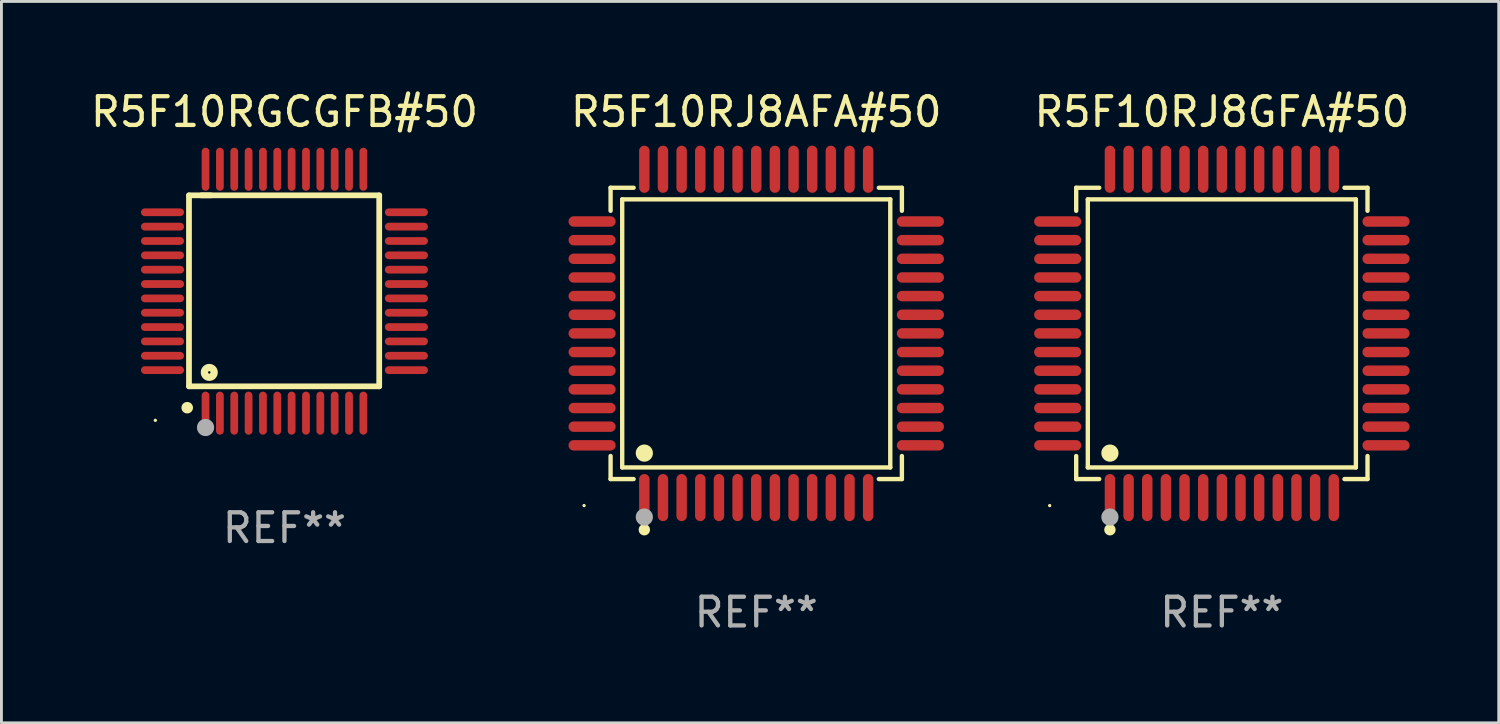
<source format=kicad_pcb>
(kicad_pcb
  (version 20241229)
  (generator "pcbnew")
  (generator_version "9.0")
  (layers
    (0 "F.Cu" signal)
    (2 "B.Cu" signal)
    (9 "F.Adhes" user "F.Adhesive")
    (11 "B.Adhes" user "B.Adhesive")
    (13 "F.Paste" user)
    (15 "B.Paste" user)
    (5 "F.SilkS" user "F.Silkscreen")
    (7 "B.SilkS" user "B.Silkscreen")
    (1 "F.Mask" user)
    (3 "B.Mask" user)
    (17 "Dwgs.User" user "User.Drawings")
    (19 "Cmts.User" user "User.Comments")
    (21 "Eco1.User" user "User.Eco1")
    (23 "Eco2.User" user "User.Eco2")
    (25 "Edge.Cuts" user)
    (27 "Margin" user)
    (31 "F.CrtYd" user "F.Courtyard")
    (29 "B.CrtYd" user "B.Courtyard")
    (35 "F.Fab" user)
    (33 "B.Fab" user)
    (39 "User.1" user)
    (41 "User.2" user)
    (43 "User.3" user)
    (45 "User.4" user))
  (footprint "R5F10RJ8GFA#50"
    (layer "F.Cu")
    (at 39.53 8.569)
    (property "Reference" "R5F10RJ8GFA#50" (at 0 -7.721 0) (layer "F.SilkS") (effects (font (size 1 1) (thickness 0.15))))
    (attr through_hole)
    (fp_line (start -5.076 -5.076) (end -4.273 -5.076) (stroke (width 0.152) (type solid)) (layer "F.SilkS"))
    (fp_line (start -5.076 -4.273) (end -5.076 -5.076) (stroke (width 0.152) (type solid)) (layer "F.SilkS"))
    (fp_line (start -5.076 4.273) (end -5.076 5.076) (stroke (width 0.152) (type solid)) (layer "F.SilkS"))
    (fp_line (start -5.076 5.076) (end -4.273 5.076) (stroke (width 0.152) (type solid)) (layer "F.SilkS"))
    (fp_line (start -4.671 -4.671) (end 4.671 -4.671) (stroke (width 0.152) (type solid)) (layer "F.SilkS"))
    (fp_line (start -4.671 4.671) (end -4.671 -4.671) (stroke (width 0.152) (type solid)) (layer "F.SilkS"))
    (fp_line (start 4.671 -4.671) (end 4.671 4.671) (stroke (width 0.152) (type solid)) (layer "F.SilkS"))
    (fp_line (start 4.671 4.671) (end -4.671 4.671) (stroke (width 0.152) (type solid)) (layer "F.SilkS"))
    (fp_line (start 5.076 -5.076) (end 4.273 -5.076) (stroke (width 0.152) (type solid)) (layer "F.SilkS"))
    (fp_line (start 5.076 -4.273) (end 5.076 -5.076) (stroke (width 0.152) (type solid)) (layer "F.SilkS"))
    (fp_line (start 5.076 4.273) (end 5.076 5.076) (stroke (width 0.152) (type solid)) (layer "F.SilkS"))
    (fp_line (start 5.076 5.076) (end 4.273 5.076) (stroke (width 0.152) (type solid)) (layer "F.SilkS"))
    (fp_circle (center -6 6) (end -5.97 6) (stroke (width 0.06) (type solid)) (fill no) (layer "F.SilkS"))
    (fp_circle (center -3.9 4.171) (end -3.75 4.171) (stroke (width 0.3) (type solid)) (fill no) (layer "F.SilkS"))
    (fp_circle (center -3.9 6.842) (end -3.8 6.842) (stroke (width 0.2) (type solid)) (fill no) (layer "F.SilkS"))
    (fp_circle (center -3.9 6.4) (end -3.75 6.4) (stroke (width 0.3) (type solid)) (fill no) (layer "F.Fab"))
    (fp_text user "REF**" (at 0 9.721 0) (layer "F.Fab") (effects (font (size 1 1) (thickness 0.15))))
    (pad "1" smd oval (at -3.9 5.721) (size 0.364 1.642) (layers "F.Cu" "F.Mask" "F.Paste"))
    (pad "2" smd oval (at -3.25 5.721) (size 0.364 1.642) (layers "F.Cu" "F.Mask" "F.Paste"))
    (pad "3" smd oval (at -2.6 5.721) (size 0.364 1.642) (layers "F.Cu" "F.Mask" "F.Paste"))
    (pad "4" smd oval (at -1.95 5.721) (size 0.364 1.642) (layers "F.Cu" "F.Mask" "F.Paste"))
    (pad "5" smd oval (at -1.3 5.721) (size 0.364 1.642) (layers "F.Cu" "F.Mask" "F.Paste"))
    (pad "6" smd oval (at -0.65 5.721) (size 0.364 1.642) (layers "F.Cu" "F.Mask" "F.Paste"))
    (pad "7" smd oval (at 0 5.721) (size 0.364 1.642) (layers "F.Cu" "F.Mask" "F.Paste"))
    (pad "8" smd oval (at 0.65 5.721) (size 0.364 1.642) (layers "F.Cu" "F.Mask" "F.Paste"))
    (pad "9" smd oval (at 1.3 5.721) (size 0.364 1.642) (layers "F.Cu" "F.Mask" "F.Paste"))
    (pad "10" smd oval (at 1.95 5.721) (size 0.364 1.642) (layers "F.Cu" "F.Mask" "F.Paste"))
    (pad "11" smd oval (at 2.6 5.721) (size 0.364 1.642) (layers "F.Cu" "F.Mask" "F.Paste"))
    (pad "12" smd oval (at 3.25 5.721) (size 0.364 1.642) (layers "F.Cu" "F.Mask" "F.Paste"))
    (pad "13" smd oval (at 3.9 5.721) (size 0.364 1.642) (layers "F.Cu" "F.Mask" "F.Paste"))
    (pad "14" smd oval (at 5.721 3.9) (size 1.642 0.364) (layers "F.Cu" "F.Mask" "F.Paste"))
    (pad "15" smd oval (at 5.721 3.25) (size 1.642 0.364) (layers "F.Cu" "F.Mask" "F.Paste"))
    (pad "16" smd oval (at 5.721 2.6) (size 1.642 0.364) (layers "F.Cu" "F.Mask" "F.Paste"))
    (pad "17" smd oval (at 5.721 1.95) (size 1.642 0.364) (layers "F.Cu" "F.Mask" "F.Paste"))
    (pad "18" smd oval (at 5.721 1.3) (size 1.642 0.364) (layers "F.Cu" "F.Mask" "F.Paste"))
    (pad "19" smd oval (at 5.721 0.65) (size 1.642 0.364) (layers "F.Cu" "F.Mask" "F.Paste"))
    (pad "20" smd oval (at 5.721 0) (size 1.642 0.364) (layers "F.Cu" "F.Mask" "F.Paste"))
    (pad "21" smd oval (at 5.721 -0.65) (size 1.642 0.364) (layers "F.Cu" "F.Mask" "F.Paste"))
    (pad "22" smd oval (at 5.721 -1.3) (size 1.642 0.364) (layers "F.Cu" "F.Mask" "F.Paste"))
    (pad "23" smd oval (at 5.721 -1.95) (size 1.642 0.364) (layers "F.Cu" "F.Mask" "F.Paste"))
    (pad "24" smd oval (at 5.721 -2.6) (size 1.642 0.364) (layers "F.Cu" "F.Mask" "F.Paste"))
    (pad "25" smd oval (at 5.721 -3.25) (size 1.642 0.364) (layers "F.Cu" "F.Mask" "F.Paste"))
    (pad "26" smd oval (at 5.721 -3.9) (size 1.642 0.364) (layers "F.Cu" "F.Mask" "F.Paste"))
    (pad "27" smd oval (at 3.9 -5.721) (size 0.364 1.642) (layers "F.Cu" "F.Mask" "F.Paste"))
    (pad "28" smd oval (at 3.25 -5.721) (size 0.364 1.642) (layers "F.Cu" "F.Mask" "F.Paste"))
    (pad "29" smd oval (at 2.6 -5.721) (size 0.364 1.642) (layers "F.Cu" "F.Mask" "F.Paste"))
    (pad "30" smd oval (at 1.95 -5.721) (size 0.364 1.642) (layers "F.Cu" "F.Mask" "F.Paste"))
    (pad "31" smd oval (at 1.3 -5.721) (size 0.364 1.642) (layers "F.Cu" "F.Mask" "F.Paste"))
    (pad "32" smd oval (at 0.65 -5.721) (size 0.364 1.642) (layers "F.Cu" "F.Mask" "F.Paste"))
    (pad "33" smd oval (at 0 -5.721) (size 0.364 1.642) (layers "F.Cu" "F.Mask" "F.Paste"))
    (pad "34" smd oval (at -0.65 -5.721) (size 0.364 1.642) (layers "F.Cu" "F.Mask" "F.Paste"))
    (pad "35" smd oval (at -1.3 -5.721) (size 0.364 1.642) (layers "F.Cu" "F.Mask" "F.Paste"))
    (pad "36" smd oval (at -1.95 -5.721) (size 0.364 1.642) (layers "F.Cu" "F.Mask" "F.Paste"))
    (pad "37" smd oval (at -2.6 -5.721) (size 0.364 1.642) (layers "F.Cu" "F.Mask" "F.Paste"))
    (pad "38" smd oval (at -3.25 -5.721) (size 0.364 1.642) (layers "F.Cu" "F.Mask" "F.Paste"))
    (pad "39" smd oval (at -3.9 -5.721) (size 0.364 1.642) (layers "F.Cu" "F.Mask" "F.Paste"))
    (pad "40" smd oval (at -5.721 -3.9) (size 1.642 0.364) (layers "F.Cu" "F.Mask" "F.Paste"))
    (pad "41" smd oval (at -5.721 -3.25) (size 1.642 0.364) (layers "F.Cu" "F.Mask" "F.Paste"))
    (pad "42" smd oval (at -5.721 -2.6) (size 1.642 0.364) (layers "F.Cu" "F.Mask" "F.Paste"))
    (pad "43" smd oval (at -5.721 -1.95) (size 1.642 0.364) (layers "F.Cu" "F.Mask" "F.Paste"))
    (pad "44" smd oval (at -5.721 -1.3) (size 1.642 0.364) (layers "F.Cu" "F.Mask" "F.Paste"))
    (pad "45" smd oval (at -5.721 -0.65) (size 1.642 0.364) (layers "F.Cu" "F.Mask" "F.Paste"))
    (pad "46" smd oval (at -5.721 0) (size 1.642 0.364) (layers "F.Cu" "F.Mask" "F.Paste"))
    (pad "47" smd oval (at -5.721 0.65) (size 1.642 0.364) (layers "F.Cu" "F.Mask" "F.Paste"))
    (pad "48" smd oval (at -5.721 1.3) (size 1.642 0.364) (layers "F.Cu" "F.Mask" "F.Paste"))
    (pad "49" smd oval (at -5.721 1.95) (size 1.642 0.364) (layers "F.Cu" "F.Mask" "F.Paste"))
    (pad "50" smd oval (at -5.721 2.6) (size 1.642 0.364) (layers "F.Cu" "F.Mask" "F.Paste"))
    (pad "51" smd oval (at -5.721 3.25) (size 1.642 0.364) (layers "F.Cu" "F.Mask" "F.Paste"))
    (pad "52" smd oval (at -5.721 3.9) (size 1.642 0.364) (layers "F.Cu" "F.Mask" "F.Paste")))
  (footprint "R5F10RGCGFB#50"
    (layer "F.Cu")
    (at 6.863 7.098)
    (property "Reference" "R5F10RGCGFB#50" (at 0 -6.25 0) (layer "F.SilkS") (effects (font (size 1 1) (thickness 0.15))))
    (attr through_hole)
    (fp_line (start -3.327 -3.34) (end -2.565 -3.34) (stroke (width 0.2) (type solid)) (layer "F.SilkS"))
    (fp_line (start -3.327 3.315) (end -3.327 -3.34) (stroke (width 0.2) (type solid)) (layer "F.SilkS"))
    (fp_line (start -2.896 -3.34) (end 3.302 -3.34) (stroke (width 0.2) (type solid)) (layer "F.SilkS"))
    (fp_line (start 3.302 -3.34) (end 3.302 3.315) (stroke (width 0.2) (type solid)) (layer "F.SilkS"))
    (fp_line (start 3.302 3.315) (end -3.327 3.315) (stroke (width 0.2) (type solid)) (layer "F.SilkS"))
    (fp_arc (start -3.389992 4.059995) (mid -3.388722 4.059991) (end -3.387452 4.059995) (stroke (width 0.4) (type solid)) (layer "F.SilkS"))
    (fp_circle (center -4.5 4.5) (end -4.47 4.5) (stroke (width 0.06) (type solid)) (fill no) (layer "F.SilkS"))
    (fp_circle (center -2.62 2.83) (end -2.45 2.83) (stroke (width 0.254) (type solid)) (fill no) (layer "F.SilkS"))
    (fp_circle (center -2.75 4.75) (end -2.6 4.75) (stroke (width 0.3) (type solid)) (fill no) (layer "F.Fab"))
    (fp_text user "REF**" (at 0 8.25 0) (layer "F.Fab") (effects (font (size 1 1) (thickness 0.15))))
    (pad "1" smd oval (at -2.75 4.25) (size 0.27 1.5) (layers "F.Cu" "F.Mask" "F.Paste"))
    (pad "2" smd oval (at -2.25 4.25) (size 0.27 1.5) (layers "F.Cu" "F.Mask" "F.Paste"))
    (pad "3" smd oval (at -1.75 4.25) (size 0.27 1.5) (layers "F.Cu" "F.Mask" "F.Paste"))
    (pad "4" smd oval (at -1.25 4.25) (size 0.27 1.5) (layers "F.Cu" "F.Mask" "F.Paste"))
    (pad "5" smd oval (at -0.75 4.25) (size 0.27 1.5) (layers "F.Cu" "F.Mask" "F.Paste"))
    (pad "6" smd oval (at -0.25 4.25) (size 0.27 1.5) (layers "F.Cu" "F.Mask" "F.Paste"))
    (pad "7" smd oval (at 0.25 4.25) (size 0.27 1.5) (layers "F.Cu" "F.Mask" "F.Paste"))
    (pad "8" smd oval (at 0.75 4.25) (size 0.27 1.5) (layers "F.Cu" "F.Mask" "F.Paste"))
    (pad "9" smd oval (at 1.25 4.25) (size 0.27 1.5) (layers "F.Cu" "F.Mask" "F.Paste"))
    (pad "10" smd oval (at 1.75 4.25) (size 0.27 1.5) (layers "F.Cu" "F.Mask" "F.Paste"))
    (pad "11" smd oval (at 2.25 4.25) (size 0.27 1.5) (layers "F.Cu" "F.Mask" "F.Paste"))
    (pad "12" smd oval (at 2.75 4.25) (size 0.27 1.5) (layers "F.Cu" "F.Mask" "F.Paste"))
    (pad "13" smd oval (at 4.25 2.75) (size 1.5 0.27) (layers "F.Cu" "F.Mask" "F.Paste"))
    (pad "14" smd oval (at 4.25 2.25) (size 1.5 0.27) (layers "F.Cu" "F.Mask" "F.Paste"))
    (pad "15" smd oval (at 4.25 1.75) (size 1.5 0.27) (layers "F.Cu" "F.Mask" "F.Paste"))
    (pad "16" smd oval (at 4.25 1.25) (size 1.5 0.27) (layers "F.Cu" "F.Mask" "F.Paste"))
    (pad "17" smd oval (at 4.25 0.75) (size 1.5 0.27) (layers "F.Cu" "F.Mask" "F.Paste"))
    (pad "18" smd oval (at 4.25 0.25) (size 1.5 0.27) (layers "F.Cu" "F.Mask" "F.Paste"))
    (pad "19" smd oval (at 4.25 -0.25) (size 1.5 0.27) (layers "F.Cu" "F.Mask" "F.Paste"))
    (pad "20" smd oval (at 4.25 -0.75) (size 1.5 0.27) (layers "F.Cu" "F.Mask" "F.Paste"))
    (pad "21" smd oval (at 4.25 -1.25) (size 1.5 0.27) (layers "F.Cu" "F.Mask" "F.Paste"))
    (pad "22" smd oval (at 4.25 -1.75) (size 1.5 0.27) (layers "F.Cu" "F.Mask" "F.Paste"))
    (pad "23" smd oval (at 4.25 -2.25) (size 1.5 0.27) (layers "F.Cu" "F.Mask" "F.Paste"))
    (pad "24" smd oval (at 4.25 -2.75) (size 1.5 0.27) (layers "F.Cu" "F.Mask" "F.Paste"))
    (pad "25" smd oval (at 2.75 -4.25) (size 0.27 1.5) (layers "F.Cu" "F.Mask" "F.Paste"))
    (pad "26" smd oval (at 2.25 -4.25) (size 0.27 1.5) (layers "F.Cu" "F.Mask" "F.Paste"))
    (pad "27" smd oval (at 1.75 -4.25) (size 0.27 1.5) (layers "F.Cu" "F.Mask" "F.Paste"))
    (pad "28" smd oval (at 1.25 -4.25) (size 0.27 1.5) (layers "F.Cu" "F.Mask" "F.Paste"))
    (pad "29" smd oval (at 0.75 -4.25) (size 0.27 1.5) (layers "F.Cu" "F.Mask" "F.Paste"))
    (pad "30" smd oval (at 0.25 -4.25) (size 0.27 1.5) (layers "F.Cu" "F.Mask" "F.Paste"))
    (pad "31" smd oval (at -0.25 -4.25) (size 0.27 1.5) (layers "F.Cu" "F.Mask" "F.Paste"))
    (pad "32" smd oval (at -0.75 -4.25) (size 0.27 1.5) (layers "F.Cu" "F.Mask" "F.Paste"))
    (pad "33" smd oval (at -1.25 -4.25) (size 0.27 1.5) (layers "F.Cu" "F.Mask" "F.Paste"))
    (pad "34" smd oval (at -1.75 -4.25) (size 0.27 1.5) (layers "F.Cu" "F.Mask" "F.Paste"))
    (pad "35" smd oval (at -2.25 -4.25) (size 0.27 1.5) (layers "F.Cu" "F.Mask" "F.Paste"))
    (pad "36" smd oval (at -2.75 -4.25) (size 0.27 1.5) (layers "F.Cu" "F.Mask" "F.Paste"))
    (pad "37" smd oval (at -4.25 -2.75) (size 1.5 0.27) (layers "F.Cu" "F.Mask" "F.Paste"))
    (pad "38" smd oval (at -4.25 -2.25) (size 1.5 0.27) (layers "F.Cu" "F.Mask" "F.Paste"))
    (pad "39" smd oval (at -4.25 -1.75) (size 1.5 0.27) (layers "F.Cu" "F.Mask" "F.Paste"))
    (pad "40" smd oval (at -4.25 -1.25) (size 1.5 0.27) (layers "F.Cu" "F.Mask" "F.Paste"))
    (pad "41" smd oval (at -4.25 -0.75) (size 1.5 0.27) (layers "F.Cu" "F.Mask" "F.Paste"))
    (pad "42" smd oval (at -4.25 -0.25) (size 1.5 0.27) (layers "F.Cu" "F.Mask" "F.Paste"))
    (pad "43" smd oval (at -4.25 0.25) (size 1.5 0.27) (layers "F.Cu" "F.Mask" "F.Paste"))
    (pad "44" smd oval (at -4.25 0.75) (size 1.5 0.27) (layers "F.Cu" "F.Mask" "F.Paste"))
    (pad "45" smd oval (at -4.25 1.25) (size 1.5 0.27) (layers "F.Cu" "F.Mask" "F.Paste"))
    (pad "46" smd oval (at -4.25 1.75) (size 1.5 0.27) (layers "F.Cu" "F.Mask" "F.Paste"))
    (pad "47" smd oval (at -4.25 2.25) (size 1.5 0.27) (layers "F.Cu" "F.Mask" "F.Paste"))
    (pad "48" smd oval (at -4.25 2.75) (size 1.5 0.27) (layers "F.Cu" "F.Mask" "F.Paste")))
  (footprint "R5F10RJ8AFA#50"
    (layer "F.Cu")
    (at 23.304 8.569)
    (property "Reference" "R5F10RJ8AFA#50" (at 0 -7.721 0) (layer "F.SilkS") (effects (font (size 1 1) (thickness 0.15))))
    (attr through_hole)
    (fp_line (start -5.076 -5.076) (end -4.273 -5.076) (stroke (width 0.152) (type solid)) (layer "F.SilkS"))
    (fp_line (start -5.076 -4.273) (end -5.076 -5.076) (stroke (width 0.152) (type solid)) (layer "F.SilkS"))
    (fp_line (start -5.076 4.273) (end -5.076 5.076) (stroke (width 0.152) (type solid)) (layer "F.SilkS"))
    (fp_line (start -5.076 5.076) (end -4.273 5.076) (stroke (width 0.152) (type solid)) (layer "F.SilkS"))
    (fp_line (start -4.671 -4.671) (end 4.671 -4.671) (stroke (width 0.152) (type solid)) (layer "F.SilkS"))
    (fp_line (start -4.671 4.671) (end -4.671 -4.671) (stroke (width 0.152) (type solid)) (layer "F.SilkS"))
    (fp_line (start 4.671 -4.671) (end 4.671 4.671) (stroke (width 0.152) (type solid)) (layer "F.SilkS"))
    (fp_line (start 4.671 4.671) (end -4.671 4.671) (stroke (width 0.152) (type solid)) (layer "F.SilkS"))
    (fp_line (start 5.076 -5.076) (end 4.273 -5.076) (stroke (width 0.152) (type solid)) (layer "F.SilkS"))
    (fp_line (start 5.076 -4.273) (end 5.076 -5.076) (stroke (width 0.152) (type solid)) (layer "F.SilkS"))
    (fp_line (start 5.076 4.273) (end 5.076 5.076) (stroke (width 0.152) (type solid)) (layer "F.SilkS"))
    (fp_line (start 5.076 5.076) (end 4.273 5.076) (stroke (width 0.152) (type solid)) (layer "F.SilkS"))
    (fp_circle (center -6 6) (end -5.97 6) (stroke (width 0.06) (type solid)) (fill no) (layer "F.SilkS"))
    (fp_circle (center -3.9 4.171) (end -3.75 4.171) (stroke (width 0.3) (type solid)) (fill no) (layer "F.SilkS"))
    (fp_circle (center -3.9 6.842) (end -3.8 6.842) (stroke (width 0.2) (type solid)) (fill no) (layer "F.SilkS"))
    (fp_circle (center -3.9 6.4) (end -3.75 6.4) (stroke (width 0.3) (type solid)) (fill no) (layer "F.Fab"))
    (fp_text user "REF**" (at 0 9.721 0) (layer "F.Fab") (effects (font (size 1 1) (thickness 0.15))))
    (pad "1" smd oval (at -3.9 5.721) (size 0.364 1.642) (layers "F.Cu" "F.Mask" "F.Paste"))
    (pad "2" smd oval (at -3.25 5.721) (size 0.364 1.642) (layers "F.Cu" "F.Mask" "F.Paste"))
    (pad "3" smd oval (at -2.6 5.721) (size 0.364 1.642) (layers "F.Cu" "F.Mask" "F.Paste"))
    (pad "4" smd oval (at -1.95 5.721) (size 0.364 1.642) (layers "F.Cu" "F.Mask" "F.Paste"))
    (pad "5" smd oval (at -1.3 5.721) (size 0.364 1.642) (layers "F.Cu" "F.Mask" "F.Paste"))
    (pad "6" smd oval (at -0.65 5.721) (size 0.364 1.642) (layers "F.Cu" "F.Mask" "F.Paste"))
    (pad "7" smd oval (at 0 5.721) (size 0.364 1.642) (layers "F.Cu" "F.Mask" "F.Paste"))
    (pad "8" smd oval (at 0.65 5.721) (size 0.364 1.642) (layers "F.Cu" "F.Mask" "F.Paste"))
    (pad "9" smd oval (at 1.3 5.721) (size 0.364 1.642) (layers "F.Cu" "F.Mask" "F.Paste"))
    (pad "10" smd oval (at 1.95 5.721) (size 0.364 1.642) (layers "F.Cu" "F.Mask" "F.Paste"))
    (pad "11" smd oval (at 2.6 5.721) (size 0.364 1.642) (layers "F.Cu" "F.Mask" "F.Paste"))
    (pad "12" smd oval (at 3.25 5.721) (size 0.364 1.642) (layers "F.Cu" "F.Mask" "F.Paste"))
    (pad "13" smd oval (at 3.9 5.721) (size 0.364 1.642) (layers "F.Cu" "F.Mask" "F.Paste"))
    (pad "14" smd oval (at 5.721 3.9) (size 1.642 0.364) (layers "F.Cu" "F.Mask" "F.Paste"))
    (pad "15" smd oval (at 5.721 3.25) (size 1.642 0.364) (layers "F.Cu" "F.Mask" "F.Paste"))
    (pad "16" smd oval (at 5.721 2.6) (size 1.642 0.364) (layers "F.Cu" "F.Mask" "F.Paste"))
    (pad "17" smd oval (at 5.721 1.95) (size 1.642 0.364) (layers "F.Cu" "F.Mask" "F.Paste"))
    (pad "18" smd oval (at 5.721 1.3) (size 1.642 0.364) (layers "F.Cu" "F.Mask" "F.Paste"))
    (pad "19" smd oval (at 5.721 0.65) (size 1.642 0.364) (layers "F.Cu" "F.Mask" "F.Paste"))
    (pad "20" smd oval (at 5.721 0) (size 1.642 0.364) (layers "F.Cu" "F.Mask" "F.Paste"))
    (pad "21" smd oval (at 5.721 -0.65) (size 1.642 0.364) (layers "F.Cu" "F.Mask" "F.Paste"))
    (pad "22" smd oval (at 5.721 -1.3) (size 1.642 0.364) (layers "F.Cu" "F.Mask" "F.Paste"))
    (pad "23" smd oval (at 5.721 -1.95) (size 1.642 0.364) (layers "F.Cu" "F.Mask" "F.Paste"))
    (pad "24" smd oval (at 5.721 -2.6) (size 1.642 0.364) (layers "F.Cu" "F.Mask" "F.Paste"))
    (pad "25" smd oval (at 5.721 -3.25) (size 1.642 0.364) (layers "F.Cu" "F.Mask" "F.Paste"))
    (pad "26" smd oval (at 5.721 -3.9) (size 1.642 0.364) (layers "F.Cu" "F.Mask" "F.Paste"))
    (pad "27" smd oval (at 3.9 -5.721) (size 0.364 1.642) (layers "F.Cu" "F.Mask" "F.Paste"))
    (pad "28" smd oval (at 3.25 -5.721) (size 0.364 1.642) (layers "F.Cu" "F.Mask" "F.Paste"))
    (pad "29" smd oval (at 2.6 -5.721) (size 0.364 1.642) (layers "F.Cu" "F.Mask" "F.Paste"))
    (pad "30" smd oval (at 1.95 -5.721) (size 0.364 1.642) (layers "F.Cu" "F.Mask" "F.Paste"))
    (pad "31" smd oval (at 1.3 -5.721) (size 0.364 1.642) (layers "F.Cu" "F.Mask" "F.Paste"))
    (pad "32" smd oval (at 0.65 -5.721) (size 0.364 1.642) (layers "F.Cu" "F.Mask" "F.Paste"))
    (pad "33" smd oval (at 0 -5.721) (size 0.364 1.642) (layers "F.Cu" "F.Mask" "F.Paste"))
    (pad "34" smd oval (at -0.65 -5.721) (size 0.364 1.642) (layers "F.Cu" "F.Mask" "F.Paste"))
    (pad "35" smd oval (at -1.3 -5.721) (size 0.364 1.642) (layers "F.Cu" "F.Mask" "F.Paste"))
    (pad "36" smd oval (at -1.95 -5.721) (size 0.364 1.642) (layers "F.Cu" "F.Mask" "F.Paste"))
    (pad "37" smd oval (at -2.6 -5.721) (size 0.364 1.642) (layers "F.Cu" "F.Mask" "F.Paste"))
    (pad "38" smd oval (at -3.25 -5.721) (size 0.364 1.642) (layers "F.Cu" "F.Mask" "F.Paste"))
    (pad "39" smd oval (at -3.9 -5.721) (size 0.364 1.642) (layers "F.Cu" "F.Mask" "F.Paste"))
    (pad "40" smd oval (at -5.721 -3.9) (size 1.642 0.364) (layers "F.Cu" "F.Mask" "F.Paste"))
    (pad "41" smd oval (at -5.721 -3.25) (size 1.642 0.364) (layers "F.Cu" "F.Mask" "F.Paste"))
    (pad "42" smd oval (at -5.721 -2.6) (size 1.642 0.364) (layers "F.Cu" "F.Mask" "F.Paste"))
    (pad "43" smd oval (at -5.721 -1.95) (size 1.642 0.364) (layers "F.Cu" "F.Mask" "F.Paste"))
    (pad "44" smd oval (at -5.721 -1.3) (size 1.642 0.364) (layers "F.Cu" "F.Mask" "F.Paste"))
    (pad "45" smd oval (at -5.721 -0.65) (size 1.642 0.364) (layers "F.Cu" "F.Mask" "F.Paste"))
    (pad "46" smd oval (at -5.721 0) (size 1.642 0.364) (layers "F.Cu" "F.Mask" "F.Paste"))
    (pad "47" smd oval (at -5.721 0.65) (size 1.642 0.364) (layers "F.Cu" "F.Mask" "F.Paste"))
    (pad "48" smd oval (at -5.721 1.3) (size 1.642 0.364) (layers "F.Cu" "F.Mask" "F.Paste"))
    (pad "49" smd oval (at -5.721 1.95) (size 1.642 0.364) (layers "F.Cu" "F.Mask" "F.Paste"))
    (pad "50" smd oval (at -5.721 2.6) (size 1.642 0.364) (layers "F.Cu" "F.Mask" "F.Paste"))
    (pad "51" smd oval (at -5.721 3.25) (size 1.642 0.364) (layers "F.Cu" "F.Mask" "F.Paste"))
    (pad "52" smd oval (at -5.721 3.9) (size 1.642 0.364) (layers "F.Cu" "F.Mask" "F.Paste")))
  (gr_rect
    (start -3 -3)
    (end 49.179 22.139)
    (stroke (width 0.1) (type default))
    (fill no)
    (layer "Edge.Cuts")))
</source>
